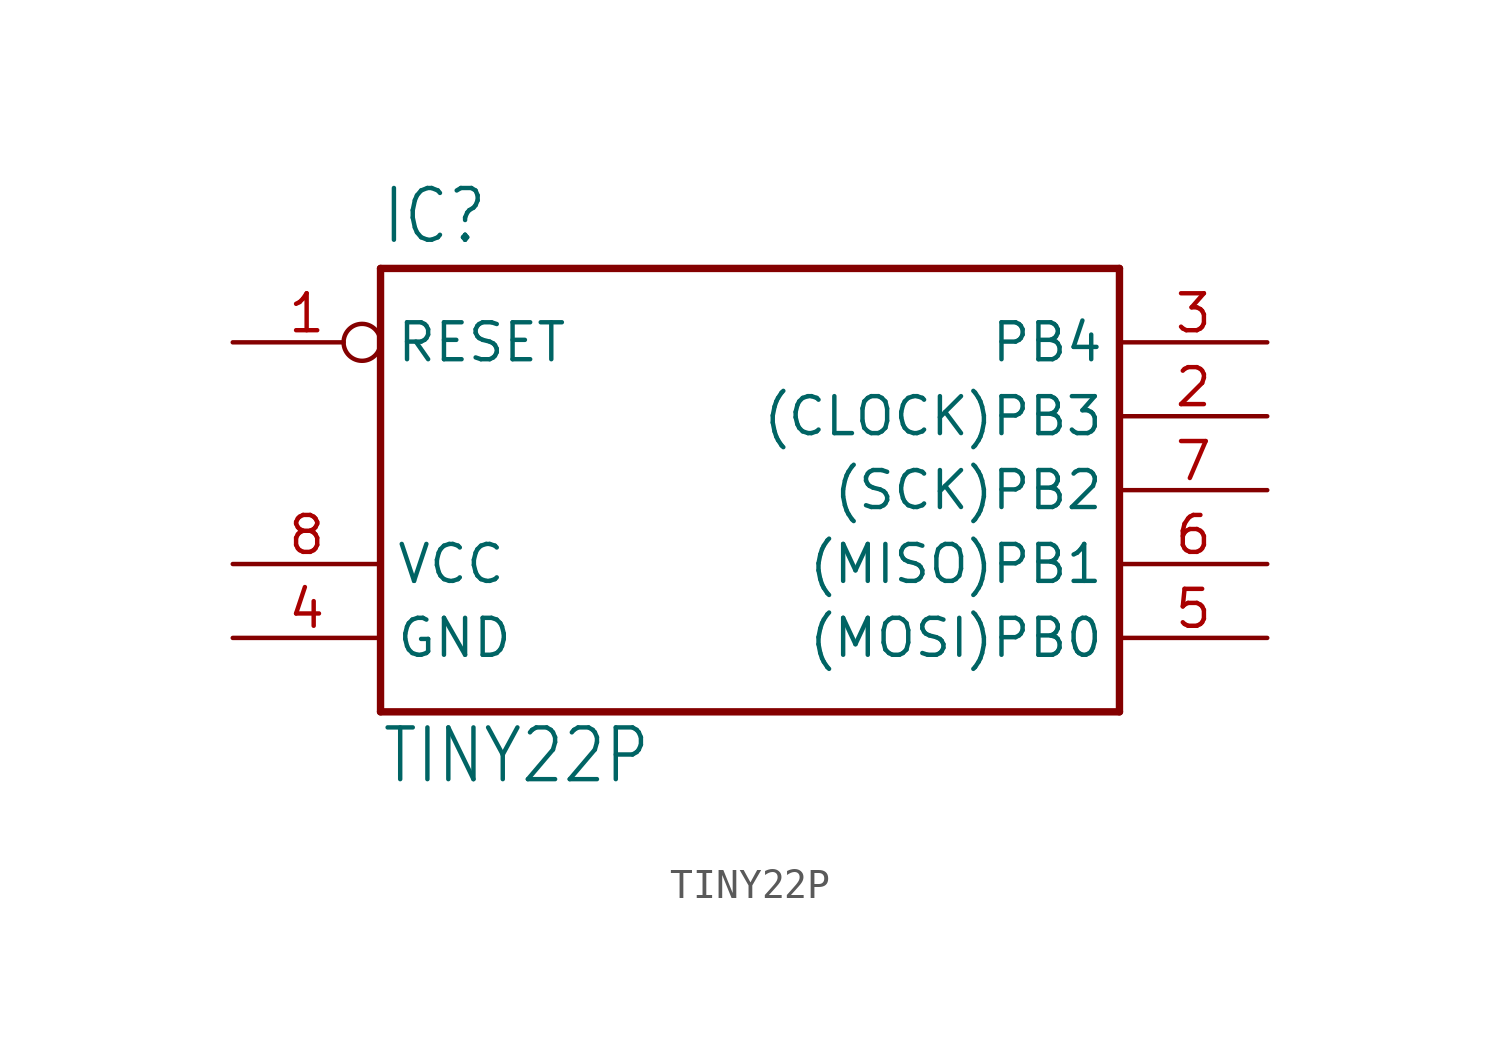
<source format=kicad_sym>
(kicad_symbol_lib
  (version 20211014)
  (generator kicad_symbol_editor)
  (symbol "TINY22P"
    (property "Reference" "IC"
      (at -12.7 8.382 0)
      (effects (font (size 1.778 1.511)) (justify left bottom)))
    (property "Value" "TINY22P"
      (at -12.7 -10.16 0)
      (effects (font (size 1.778 1.511)) (justify left bottom)))
    (property "ki_locked" ""
      (at 0 0 0)
      (effects (font (size 1.27 1.27))))
    (symbol "TINY22P_1_0"
      (polyline (pts (xy -12.7 -7.62) (xy 12.7 -7.62)) (stroke (width 0.254) (type default) (color 0 0 0 0)) (fill (type none)))
      (polyline (pts (xy -12.7 7.62) (xy -12.7 -7.62)) (stroke (width 0.254) (type default) (color 0 0 0 0)) (fill (type none)))
      (polyline (pts (xy 12.7 -7.62) (xy 12.7 7.62)) (stroke (width 0.254) (type default) (color 0 0 0 0)) (fill (type none)))
      (polyline (pts (xy 12.7 7.62) (xy -12.7 7.62)) (stroke (width 0.254) (type default) (color 0 0 0 0)) (fill (type none)))
      (pin input inverted (at -17.78 5.08 0) (length 5.08) (name "RESET" (effects (font (size 1.27 1.27)))) (number "1" (effects (font (size 1.27 1.27)))))
      (pin bidirectional line (at 17.78 2.54 180) (length 5.08) (name "(CLOCK)PB3" (effects (font (size 1.27 1.27)))) (number "2" (effects (font (size 1.27 1.27)))))
      (pin bidirectional line (at 17.78 5.08 180) (length 5.08) (name "PB4" (effects (font (size 1.27 1.27)))) (number "3" (effects (font (size 1.27 1.27)))))
      (pin power_in line (at -17.78 -5.08 0) (length 5.08) (name "GND" (effects (font (size 1.27 1.27)))) (number "4" (effects (font (size 1.27 1.27)))))
      (pin bidirectional line (at 17.78 -5.08 180) (length 5.08) (name "(MOSI)PB0" (effects (font (size 1.27 1.27)))) (number "5" (effects (font (size 1.27 1.27)))))
      (pin bidirectional line (at 17.78 -2.54 180) (length 5.08) (name "(MISO)PB1" (effects (font (size 1.27 1.27)))) (number "6" (effects (font (size 1.27 1.27)))))
      (pin bidirectional line (at 17.78 0 180) (length 5.08) (name "(SCK)PB2" (effects (font (size 1.27 1.27)))) (number "7" (effects (font (size 1.27 1.27)))))
      (pin power_in line (at -17.78 -2.54 0) (length 5.08) (name "VCC" (effects (font (size 1.27 1.27)))) (number "8" (effects (font (size 1.27 1.27))))))))
</source>
